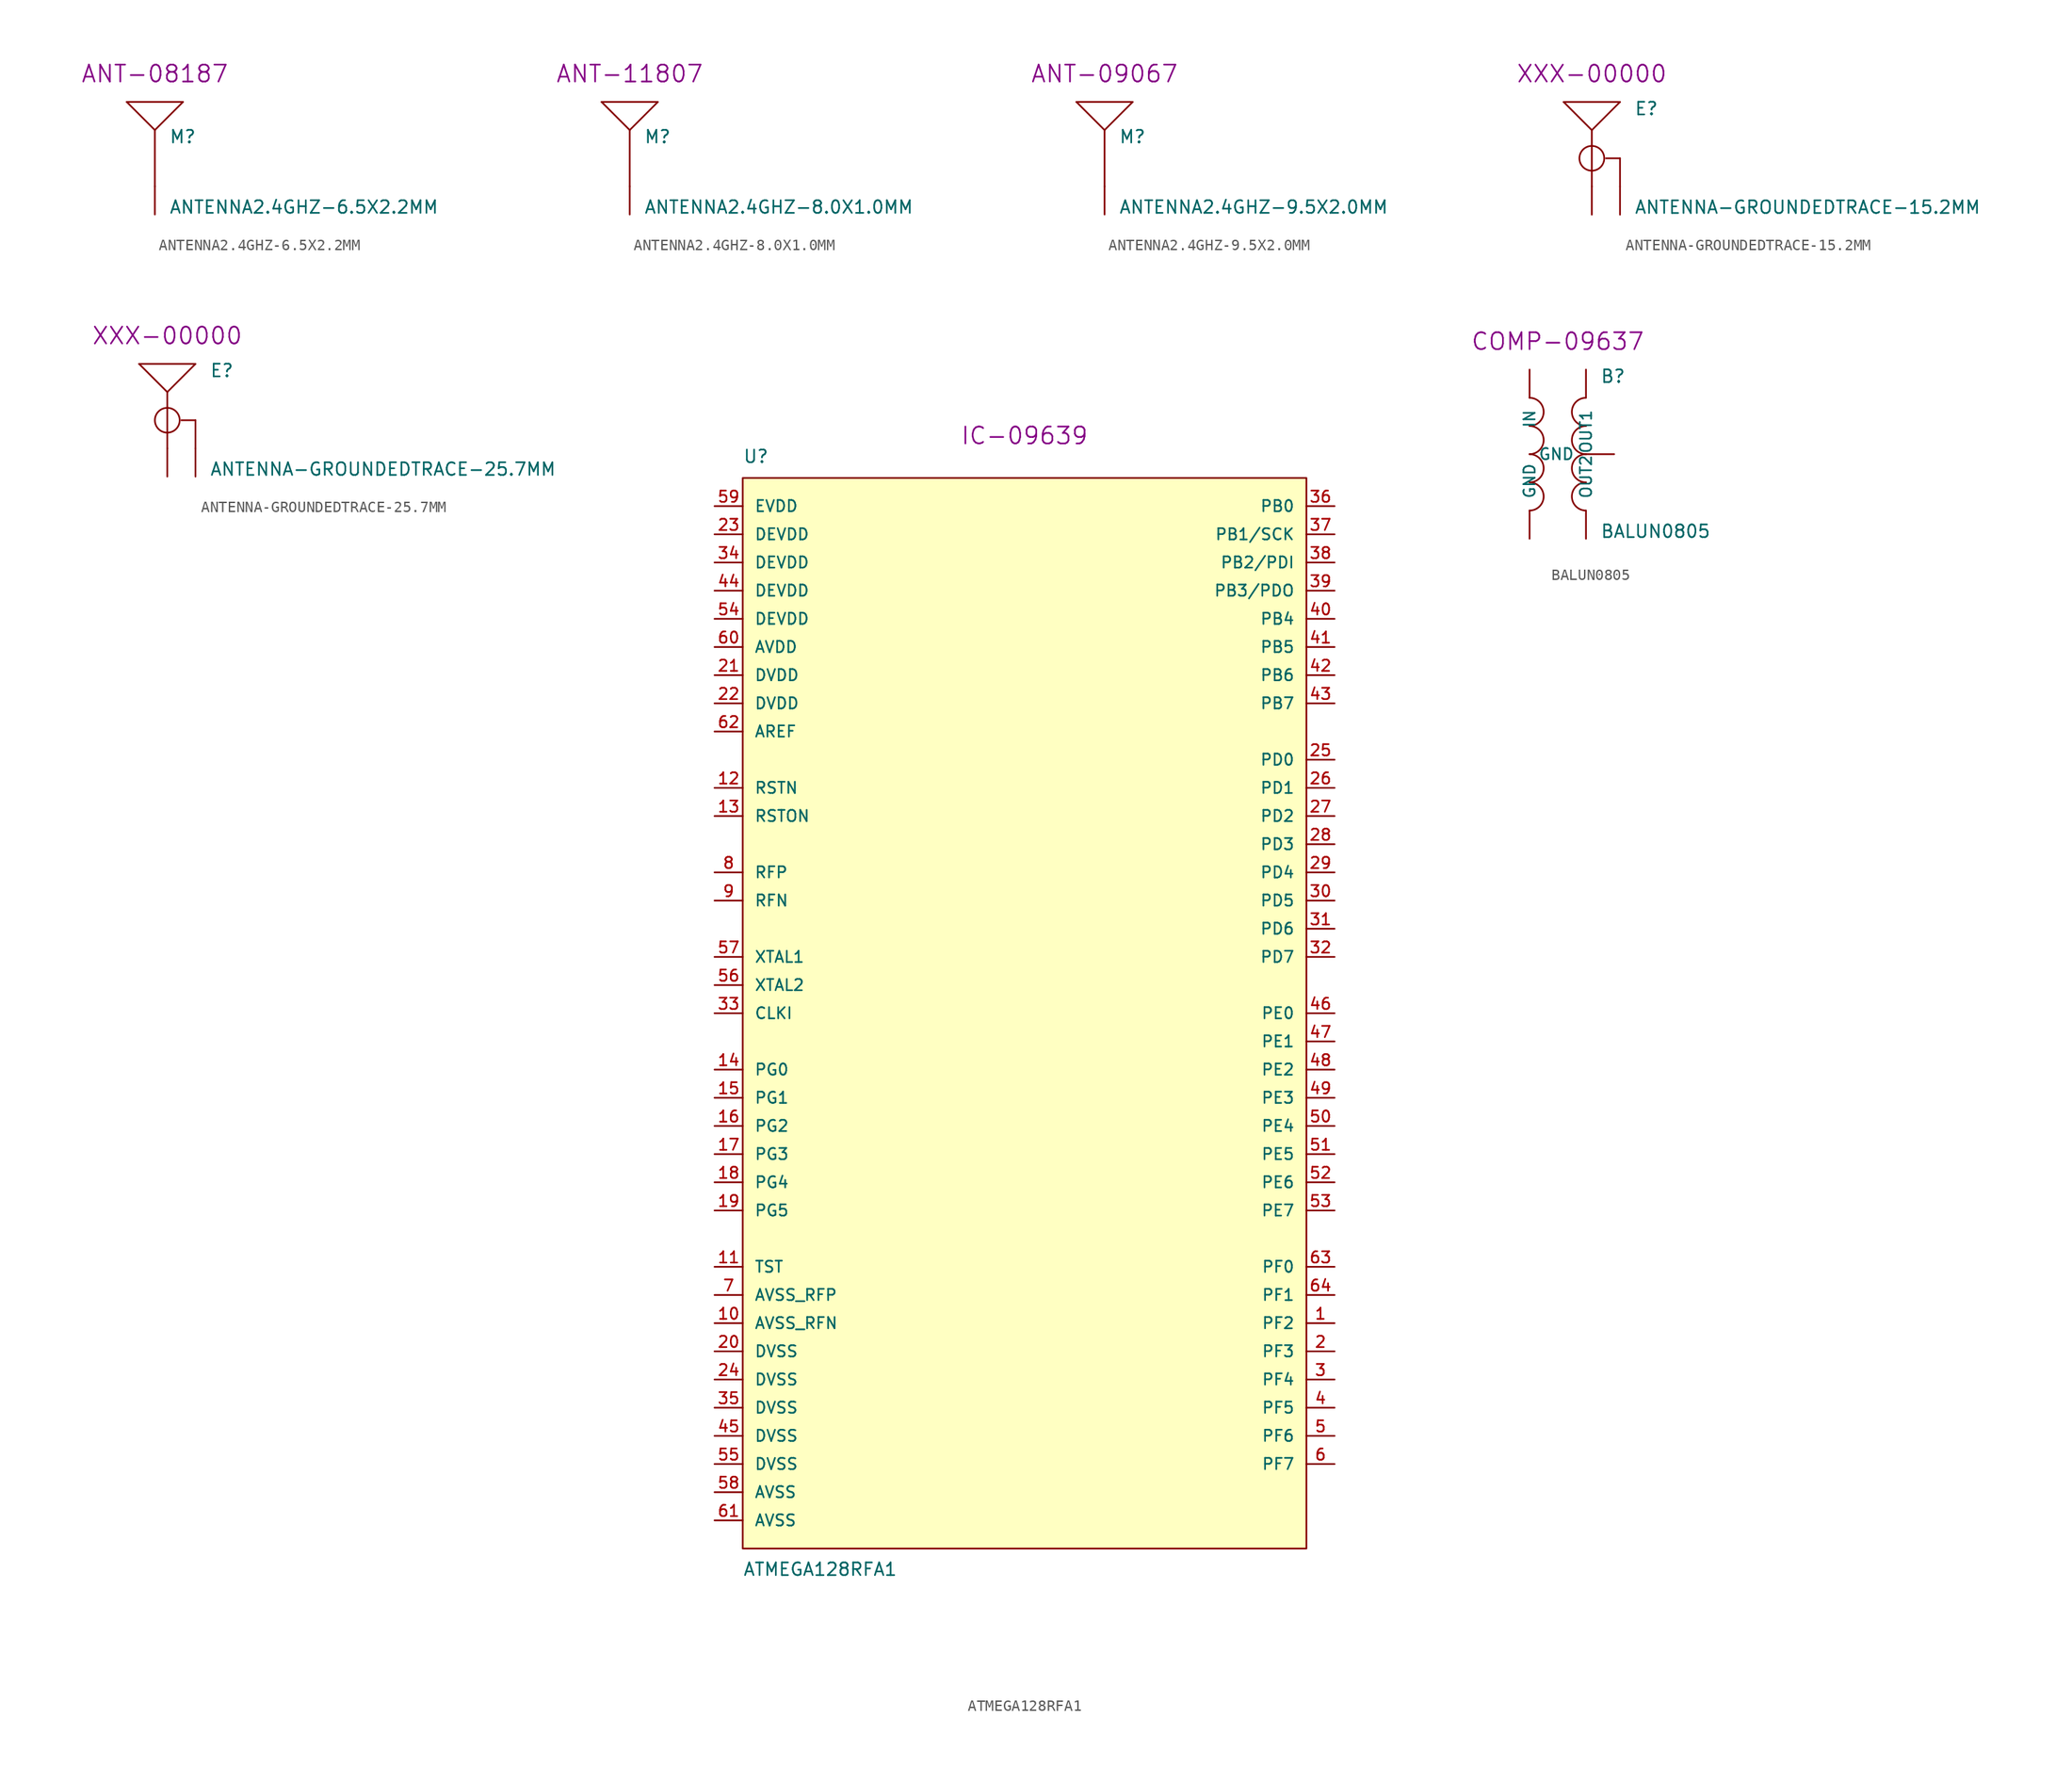
<source format=kicad_sym>
(kicad_symbol_lib
  (version 20201005)
  (generator kicad_symbol_editor)
  (symbol "ANTENNA2.4GHZ-6.5X2.2MM"
    (pin_numbers hide)
    (pin_names
      (offset 1.016) hide)
    (property "Reference" "M"
      (at 1.27 1.27 0)
      (effects (font (size 1.143 1.143)) (justify left bottom)))
    (property "Value" "ANTENNA2.4GHZ-6.5X2.2MM"
      (at 1.27 -5.08 0)
      (effects (font (size 1.143 1.143)) (justify left bottom)))
    (property "Field4" "ANT-08187"
      (at 0 7.62 0)
      (effects (font (size 1.524 1.524))))
    (property "ki_locked" ""
      (at 0 0 0)
      (effects (font (size 1.27 1.27))))
    (symbol "ANTENNA2.4GHZ-6.5X2.2MM_1_0"
      (polyline (pts (xy -2.54 5.08) (xy 2.54 5.08)) (stroke (width 0)) (fill (type none)))
      (polyline (pts (xy 0 2.54) (xy -2.54 5.08)) (stroke (width 0)) (fill (type none)))
      (polyline (pts (xy 0 2.54) (xy 0 -2.54)) (stroke (width 0)) (fill (type none)))
      (polyline (pts (xy 0 2.54) (xy 2.54 5.08)) (stroke (width 0)) (fill (type none))))
    (symbol "ANTENNA2.4GHZ-6.5X2.2MM_1_1"
      (pin bidirectional line (at 0 -5.08 90) (length 2.54) (name "SIGNAL" (effects (font (size 1.016 1.016)))) (number "FEED" (effects (font (size 1.016 1.016)))))))
  (symbol "ANTENNA2.4GHZ-8.0X1.0MM"
    (pin_numbers hide)
    (pin_names
      (offset 1.016) hide)
    (property "Reference" "M"
      (at 1.27 1.27 0)
      (effects (font (size 1.143 1.143)) (justify left bottom)))
    (property "Value" "ANTENNA2.4GHZ-8.0X1.0MM"
      (at 1.27 -5.08 0)
      (effects (font (size 1.143 1.143)) (justify left bottom)))
    (property "Field4" "ANT-11807"
      (at 0 7.62 0)
      (effects (font (size 1.524 1.524))))
    (property "ki_locked" ""
      (at 0 0 0)
      (effects (font (size 1.27 1.27))))
    (symbol "ANTENNA2.4GHZ-8.0X1.0MM_1_0"
      (polyline (pts (xy -2.54 5.08) (xy 2.54 5.08)) (stroke (width 0)) (fill (type none)))
      (polyline (pts (xy 0 2.54) (xy -2.54 5.08)) (stroke (width 0)) (fill (type none)))
      (polyline (pts (xy 0 2.54) (xy 0 -2.54)) (stroke (width 0)) (fill (type none)))
      (polyline (pts (xy 0 2.54) (xy 2.54 5.08)) (stroke (width 0)) (fill (type none))))
    (symbol "ANTENNA2.4GHZ-8.0X1.0MM_1_1"
      (pin bidirectional line (at 0 -5.08 90) (length 2.54) (name "SIGNAL" (effects (font (size 1.016 1.016)))) (number "FEED" (effects (font (size 1.016 1.016)))))))
  (symbol "ANTENNA2.4GHZ-9.5X2.0MM"
    (pin_numbers hide)
    (pin_names
      (offset 1.016) hide)
    (property "Reference" "M"
      (at 1.27 1.27 0)
      (effects (font (size 1.143 1.143)) (justify left bottom)))
    (property "Value" "ANTENNA2.4GHZ-9.5X2.0MM"
      (at 1.27 -5.08 0)
      (effects (font (size 1.143 1.143)) (justify left bottom)))
    (property "Field4" "ANT-09067"
      (at 0 7.62 0)
      (effects (font (size 1.524 1.524))))
    (property "ki_locked" ""
      (at 0 0 0)
      (effects (font (size 1.27 1.27))))
    (symbol "ANTENNA2.4GHZ-9.5X2.0MM_1_0"
      (polyline (pts (xy -2.54 5.08) (xy 2.54 5.08)) (stroke (width 0)) (fill (type none)))
      (polyline (pts (xy 0 2.54) (xy -2.54 5.08)) (stroke (width 0)) (fill (type none)))
      (polyline (pts (xy 0 2.54) (xy 0 -2.54)) (stroke (width 0)) (fill (type none)))
      (polyline (pts (xy 0 2.54) (xy 2.54 5.08)) (stroke (width 0)) (fill (type none))))
    (symbol "ANTENNA2.4GHZ-9.5X2.0MM_1_1"
      (pin bidirectional line (at 0 -5.08 90) (length 2.54) (name "SIGNAL" (effects (font (size 1.016 1.016)))) (number "FEED" (effects (font (size 1.016 1.016)))))))
  (symbol "ANTENNA-GROUNDEDTRACE-15.2MM"
    (pin_numbers hide)
    (pin_names
      (offset 1.016) hide)
    (property "Reference" "E"
      (at 3.81 -1.27 0)
      (effects (font (size 1.143 1.143)) (justify left bottom)))
    (property "Value" "ANTENNA-GROUNDEDTRACE-15.2MM"
      (at 3.81 -10.16 0)
      (effects (font (size 1.143 1.143)) (justify left bottom)))
    (property "Field4" "XXX-00000"
      (at 0 2.54 0)
      (effects (font (size 1.524 1.524))))
    (property "ki_locked" ""
      (at 0 0 0)
      (effects (font (size 1.27 1.27))))
    (symbol "ANTENNA-GROUNDEDTRACE-15.2MM_1_0"
      (polyline (pts (xy -2.54 0) (xy 2.54 0)) (stroke (width 0)) (fill (type none)))
      (polyline (pts (xy 0 -2.54) (xy -2.54 0)) (stroke (width 0)) (fill (type none)))
      (polyline (pts (xy 0 -2.54) (xy 0 -7.62)) (stroke (width 0)) (fill (type none)))
      (polyline (pts (xy 0 -2.54) (xy 2.54 0)) (stroke (width 0)) (fill (type none)))
      (polyline (pts (xy 1.27 -5.08) (xy 2.54 -5.08)) (stroke (width 0)) (fill (type none)))
      (polyline (pts (xy 2.54 -5.08) (xy 2.54 -7.62)) (stroke (width 0)) (fill (type none))))
    (symbol "ANTENNA-GROUNDEDTRACE-15.2MM_1_1"
      (circle (center 0 -5.08) (radius 1.118) (stroke (width 0)) (fill (type none)))
      (pin bidirectional line (at 2.54 -10.16 90) (length 2.54) (name "GND" (effects (font (size 1.016 1.016)))) (number "GND" (effects (font (size 1.016 1.016)))))
      (pin bidirectional line (at 0 -10.16 90) (length 2.54) (name "SIGNAL" (effects (font (size 1.016 1.016)))) (number "ANT" (effects (font (size 1.016 1.016)))))))
  (symbol "ANTENNA-GROUNDEDTRACE-25.7MM"
    (pin_numbers hide)
    (pin_names
      (offset 1.016) hide)
    (property "Reference" "E"
      (at 3.81 -1.27 0)
      (effects (font (size 1.143 1.143)) (justify left bottom)))
    (property "Value" "ANTENNA-GROUNDEDTRACE-25.7MM"
      (at 3.81 -10.16 0)
      (effects (font (size 1.143 1.143)) (justify left bottom)))
    (property "Field4" "XXX-00000"
      (at 0 2.54 0)
      (effects (font (size 1.524 1.524))))
    (property "ki_locked" ""
      (at 0 0 0)
      (effects (font (size 1.27 1.27))))
    (symbol "ANTENNA-GROUNDEDTRACE-25.7MM_1_0"
      (polyline (pts (xy -2.54 0) (xy 2.54 0)) (stroke (width 0)) (fill (type none)))
      (polyline (pts (xy 0 -2.54) (xy -2.54 0)) (stroke (width 0)) (fill (type none)))
      (polyline (pts (xy 0 -2.54) (xy 0 -7.62)) (stroke (width 0)) (fill (type none)))
      (polyline (pts (xy 0 -2.54) (xy 2.54 0)) (stroke (width 0)) (fill (type none)))
      (polyline (pts (xy 1.27 -5.08) (xy 2.54 -5.08)) (stroke (width 0)) (fill (type none)))
      (polyline (pts (xy 2.54 -5.08) (xy 2.54 -7.62)) (stroke (width 0)) (fill (type none))))
    (symbol "ANTENNA-GROUNDEDTRACE-25.7MM_1_1"
      (circle (center 0 -5.08) (radius 1.118) (stroke (width 0)) (fill (type none)))
      (pin bidirectional line (at 2.54 -10.16 90) (length 2.54) (name "GND" (effects (font (size 1.016 1.016)))) (number "GND" (effects (font (size 1.016 1.016)))))
      (pin bidirectional line (at 0 -10.16 90) (length 2.54) (name "SIGNAL" (effects (font (size 1.016 1.016)))) (number "ANT" (effects (font (size 1.016 1.016)))))
      (pin bidirectional line (at 2.54 -10.16 90) (length 2.54) hide (name "GND" (effects (font (size 1.016 1.016)))) (number "GND2" (effects (font (size 1.016 1.016)))))))
  (symbol "ATMEGA128RFA1"
    (pin_names
      (offset 1.016))
    (property "Reference" "U"
      (at -25.4 44.45 0)
      (effects (font (size 1.143 1.143)) (justify left bottom)))
    (property "Value" "ATMEGA128RFA1"
      (at -25.4 -55.88 0)
      (effects (font (size 1.143 1.143)) (justify left bottom)))
    (property "Field4" "IC-09639"
      (at 0 46.99 0)
      (effects (font (size 1.524 1.524))))
    (property "ki_locked" ""
      (at 0 0 0)
      (effects (font (size 1.27 1.27))))
    (symbol "ATMEGA128RFA1_1_1"
      (polyline (pts (xy -25.4 -53.34) (xy -25.4 43.18) (xy 25.4 43.18) (xy 25.4 -53.34) (xy -25.4 -53.34)) (stroke (width 0)) (fill (type background)))
      (pin bidirectional line (at 27.94 -33.02 180) (length 2.54) (name "PF2" (effects (font (size 1.016 1.016)))) (number "1" (effects (font (size 1.016 1.016)))))
      (pin bidirectional line (at 27.94 -35.56 180) (length 2.54) (name "PF3" (effects (font (size 1.016 1.016)))) (number "2" (effects (font (size 1.016 1.016)))))
      (pin bidirectional line (at 27.94 -38.1 180) (length 2.54) (name "PF4" (effects (font (size 1.016 1.016)))) (number "3" (effects (font (size 1.016 1.016)))))
      (pin bidirectional line (at 27.94 -40.64 180) (length 2.54) (name "PF5" (effects (font (size 1.016 1.016)))) (number "4" (effects (font (size 1.016 1.016)))))
      (pin bidirectional line (at 27.94 -43.18 180) (length 2.54) (name "PF6" (effects (font (size 1.016 1.016)))) (number "5" (effects (font (size 1.016 1.016)))))
      (pin bidirectional line (at 27.94 -45.72 180) (length 2.54) (name "PF7" (effects (font (size 1.016 1.016)))) (number "6" (effects (font (size 1.016 1.016)))))
      (pin bidirectional line (at -27.94 -30.48 0) (length 2.54) (name "AVSS_RFP" (effects (font (size 1.016 1.016)))) (number "7" (effects (font (size 1.016 1.016)))))
      (pin bidirectional line (at -27.94 7.62 0) (length 2.54) (name "RFP" (effects (font (size 1.016 1.016)))) (number "8" (effects (font (size 1.016 1.016)))))
      (pin bidirectional line (at -27.94 5.08 0) (length 2.54) (name "RFN" (effects (font (size 1.016 1.016)))) (number "9" (effects (font (size 1.016 1.016)))))
      (pin bidirectional line (at -27.94 -33.02 0) (length 2.54) (name "AVSS_RFN" (effects (font (size 1.016 1.016)))) (number "10" (effects (font (size 1.016 1.016)))))
      (pin bidirectional line (at -27.94 -35.56 0) (length 2.54) (name "DVSS" (effects (font (size 1.016 1.016)))) (number "20" (effects (font (size 1.016 1.016)))))
      (pin bidirectional line (at 27.94 5.08 180) (length 2.54) (name "PD5" (effects (font (size 1.016 1.016)))) (number "30" (effects (font (size 1.016 1.016)))))
      (pin bidirectional line (at 27.94 30.48 180) (length 2.54) (name "PB4" (effects (font (size 1.016 1.016)))) (number "40" (effects (font (size 1.016 1.016)))))
      (pin bidirectional line (at 27.94 -15.24 180) (length 2.54) (name "PE4" (effects (font (size 1.016 1.016)))) (number "50" (effects (font (size 1.016 1.016)))))
      (pin bidirectional line (at -27.94 27.94 0) (length 2.54) (name "AVDD" (effects (font (size 1.016 1.016)))) (number "60" (effects (font (size 1.016 1.016)))))
      (pin bidirectional line (at -27.94 -27.94 0) (length 2.54) (name "TST" (effects (font (size 1.016 1.016)))) (number "11" (effects (font (size 1.016 1.016)))))
      (pin bidirectional line (at -27.94 25.4 0) (length 2.54) (name "DVDD" (effects (font (size 1.016 1.016)))) (number "21" (effects (font (size 1.016 1.016)))))
      (pin bidirectional line (at 27.94 2.54 180) (length 2.54) (name "PD6" (effects (font (size 1.016 1.016)))) (number "31" (effects (font (size 1.016 1.016)))))
      (pin bidirectional line (at 27.94 27.94 180) (length 2.54) (name "PB5" (effects (font (size 1.016 1.016)))) (number "41" (effects (font (size 1.016 1.016)))))
      (pin bidirectional line (at 27.94 -17.78 180) (length 2.54) (name "PE5" (effects (font (size 1.016 1.016)))) (number "51" (effects (font (size 1.016 1.016)))))
      (pin bidirectional line (at -27.94 -50.8 0) (length 2.54) (name "AVSS" (effects (font (size 1.016 1.016)))) (number "61" (effects (font (size 1.016 1.016)))))
      (pin bidirectional line (at -27.94 15.24 0) (length 2.54) (name "RSTN" (effects (font (size 1.016 1.016)))) (number "12" (effects (font (size 1.016 1.016)))))
      (pin bidirectional line (at -27.94 22.86 0) (length 2.54) (name "DVDD" (effects (font (size 1.016 1.016)))) (number "22" (effects (font (size 1.016 1.016)))))
      (pin bidirectional line (at 27.94 0 180) (length 2.54) (name "PD7" (effects (font (size 1.016 1.016)))) (number "32" (effects (font (size 1.016 1.016)))))
      (pin bidirectional line (at 27.94 25.4 180) (length 2.54) (name "PB6" (effects (font (size 1.016 1.016)))) (number "42" (effects (font (size 1.016 1.016)))))
      (pin bidirectional line (at 27.94 -20.32 180) (length 2.54) (name "PE6" (effects (font (size 1.016 1.016)))) (number "52" (effects (font (size 1.016 1.016)))))
      (pin bidirectional line (at -27.94 20.32 0) (length 2.54) (name "AREF" (effects (font (size 1.016 1.016)))) (number "62" (effects (font (size 1.016 1.016)))))
      (pin bidirectional line (at -27.94 12.7 0) (length 2.54) (name "RSTON" (effects (font (size 1.016 1.016)))) (number "13" (effects (font (size 1.016 1.016)))))
      (pin bidirectional line (at -27.94 38.1 0) (length 2.54) (name "DEVDD" (effects (font (size 1.016 1.016)))) (number "23" (effects (font (size 1.016 1.016)))))
      (pin bidirectional line (at -27.94 -5.08 0) (length 2.54) (name "CLKI" (effects (font (size 1.016 1.016)))) (number "33" (effects (font (size 1.016 1.016)))))
      (pin bidirectional line (at 27.94 22.86 180) (length 2.54) (name "PB7" (effects (font (size 1.016 1.016)))) (number "43" (effects (font (size 1.016 1.016)))))
      (pin bidirectional line (at 27.94 -22.86 180) (length 2.54) (name "PE7" (effects (font (size 1.016 1.016)))) (number "53" (effects (font (size 1.016 1.016)))))
      (pin bidirectional line (at 27.94 -27.94 180) (length 2.54) (name "PF0" (effects (font (size 1.016 1.016)))) (number "63" (effects (font (size 1.016 1.016)))))
      (pin bidirectional line (at -27.94 -10.16 0) (length 2.54) (name "PG0" (effects (font (size 1.016 1.016)))) (number "14" (effects (font (size 1.016 1.016)))))
      (pin bidirectional line (at -27.94 -38.1 0) (length 2.54) (name "DVSS" (effects (font (size 1.016 1.016)))) (number "24" (effects (font (size 1.016 1.016)))))
      (pin bidirectional line (at -27.94 35.56 0) (length 2.54) (name "DEVDD" (effects (font (size 1.016 1.016)))) (number "34" (effects (font (size 1.016 1.016)))))
      (pin bidirectional line (at -27.94 33.02 0) (length 2.54) (name "DEVDD" (effects (font (size 1.016 1.016)))) (number "44" (effects (font (size 1.016 1.016)))))
      (pin bidirectional line (at -27.94 30.48 0) (length 2.54) (name "DEVDD" (effects (font (size 1.016 1.016)))) (number "54" (effects (font (size 1.016 1.016)))))
      (pin bidirectional line (at 27.94 -30.48 180) (length 2.54) (name "PF1" (effects (font (size 1.016 1.016)))) (number "64" (effects (font (size 1.016 1.016)))))
      (pin bidirectional line (at -27.94 -12.7 0) (length 2.54) (name "PG1" (effects (font (size 1.016 1.016)))) (number "15" (effects (font (size 1.016 1.016)))))
      (pin bidirectional line (at 27.94 17.78 180) (length 2.54) (name "PD0" (effects (font (size 1.016 1.016)))) (number "25" (effects (font (size 1.016 1.016)))))
      (pin bidirectional line (at -27.94 -40.64 0) (length 2.54) (name "DVSS" (effects (font (size 1.016 1.016)))) (number "35" (effects (font (size 1.016 1.016)))))
      (pin bidirectional line (at -27.94 -43.18 0) (length 2.54) (name "DVSS" (effects (font (size 1.016 1.016)))) (number "45" (effects (font (size 1.016 1.016)))))
      (pin bidirectional line (at -27.94 -45.72 0) (length 2.54) (name "DVSS" (effects (font (size 1.016 1.016)))) (number "55" (effects (font (size 1.016 1.016)))))
      (pin bidirectional line (at -27.94 -15.24 0) (length 2.54) (name "PG2" (effects (font (size 1.016 1.016)))) (number "16" (effects (font (size 1.016 1.016)))))
      (pin bidirectional line (at 27.94 15.24 180) (length 2.54) (name "PD1" (effects (font (size 1.016 1.016)))) (number "26" (effects (font (size 1.016 1.016)))))
      (pin bidirectional line (at 27.94 40.64 180) (length 2.54) (name "PB0" (effects (font (size 1.016 1.016)))) (number "36" (effects (font (size 1.016 1.016)))))
      (pin bidirectional line (at 27.94 -5.08 180) (length 2.54) (name "PE0" (effects (font (size 1.016 1.016)))) (number "46" (effects (font (size 1.016 1.016)))))
      (pin bidirectional line (at -27.94 -2.54 0) (length 2.54) (name "XTAL2" (effects (font (size 1.016 1.016)))) (number "56" (effects (font (size 1.016 1.016)))))
      (pin bidirectional line (at -27.94 -17.78 0) (length 2.54) (name "PG3" (effects (font (size 1.016 1.016)))) (number "17" (effects (font (size 1.016 1.016)))))
      (pin bidirectional line (at 27.94 12.7 180) (length 2.54) (name "PD2" (effects (font (size 1.016 1.016)))) (number "27" (effects (font (size 1.016 1.016)))))
      (pin bidirectional line (at 27.94 38.1 180) (length 2.54) (name "PB1/SCK" (effects (font (size 1.016 1.016)))) (number "37" (effects (font (size 1.016 1.016)))))
      (pin bidirectional line (at 27.94 -7.62 180) (length 2.54) (name "PE1" (effects (font (size 1.016 1.016)))) (number "47" (effects (font (size 1.016 1.016)))))
      (pin bidirectional line (at -27.94 0 0) (length 2.54) (name "XTAL1" (effects (font (size 1.016 1.016)))) (number "57" (effects (font (size 1.016 1.016)))))
      (pin bidirectional line (at -27.94 -20.32 0) (length 2.54) (name "PG4" (effects (font (size 1.016 1.016)))) (number "18" (effects (font (size 1.016 1.016)))))
      (pin bidirectional line (at 27.94 10.16 180) (length 2.54) (name "PD3" (effects (font (size 1.016 1.016)))) (number "28" (effects (font (size 1.016 1.016)))))
      (pin bidirectional line (at 27.94 35.56 180) (length 2.54) (name "PB2/PDI" (effects (font (size 1.016 1.016)))) (number "38" (effects (font (size 1.016 1.016)))))
      (pin bidirectional line (at 27.94 -10.16 180) (length 2.54) (name "PE2" (effects (font (size 1.016 1.016)))) (number "48" (effects (font (size 1.016 1.016)))))
      (pin bidirectional line (at -27.94 -48.26 0) (length 2.54) (name "AVSS" (effects (font (size 1.016 1.016)))) (number "58" (effects (font (size 1.016 1.016)))))
      (pin bidirectional line (at -27.94 -22.86 0) (length 2.54) (name "PG5" (effects (font (size 1.016 1.016)))) (number "19" (effects (font (size 1.016 1.016)))))
      (pin bidirectional line (at 27.94 7.62 180) (length 2.54) (name "PD4" (effects (font (size 1.016 1.016)))) (number "29" (effects (font (size 1.016 1.016)))))
      (pin bidirectional line (at 27.94 33.02 180) (length 2.54) (name "PB3/PDO" (effects (font (size 1.016 1.016)))) (number "39" (effects (font (size 1.016 1.016)))))
      (pin bidirectional line (at 27.94 -12.7 180) (length 2.54) (name "PE3" (effects (font (size 1.016 1.016)))) (number "49" (effects (font (size 1.016 1.016)))))
      (pin bidirectional line (at -27.94 40.64 0) (length 2.54) (name "EVDD" (effects (font (size 1.016 1.016)))) (number "59" (effects (font (size 1.016 1.016)))))))
  (symbol "BALUN0805"
    (pin_numbers hide)
    (pin_names
      (offset 1.016))
    (property "Reference" "B"
      (at 3.81 3.81 0)
      (effects (font (size 1.143 1.143)) (justify left bottom)))
    (property "Value" "BALUN0805"
      (at 3.81 -10.16 0)
      (effects (font (size 1.143 1.143)) (justify left bottom)))
    (property "Field4" "COMP-09637"
      (at 0 7.62 0)
      (effects (font (size 1.524 1.524))))
    (property "ki_locked" ""
      (at 0 0 0)
      (effects (font (size 1.27 1.27))))
    (symbol "BALUN0805_1_1"
      (arc (start -2.54 -7.62) (end -2.54 -5.08) (radius (at -2.54 -6.35) (length 1.27) (angles -89.9 89.9)) (stroke (width 0)) (fill (type none)))
      (arc (start -2.54 -5.08) (end -2.54 -2.54) (radius (at -2.54 -3.81) (length 1.27) (angles -89.9 89.9)) (stroke (width 0)) (fill (type none)))
      (arc (start -2.54 -2.54) (end -2.54 0) (radius (at -2.54 -1.27) (length 1.27) (angles -89.9 89.9)) (stroke (width 0)) (fill (type none)))
      (arc (start -2.54 0) (end -2.54 2.54) (radius (at -2.54 1.27) (length 1.27) (angles -89.9 89.9)) (stroke (width 0)) (fill (type none)))
      (arc (start 2.54 -5.08) (end 2.54 -7.62) (radius (at 2.54 -6.35) (length 1.27) (angles 90.1 -90.1)) (stroke (width 0)) (fill (type none)))
      (arc (start 2.54 -2.54) (end 2.54 -5.08) (radius (at 2.54 -3.81) (length 1.27) (angles 90.1 -90.1)) (stroke (width 0)) (fill (type none)))
      (arc (start 2.54 0) (end 2.54 -2.54) (radius (at 2.54 -1.27) (length 1.27) (angles 90.1 -90.1)) (stroke (width 0)) (fill (type none)))
      (arc (start 2.54 2.54) (end 2.54 0) (radius (at 2.54 1.27) (length 1.27) (angles 90.1 -90.1)) (stroke (width 0)) (fill (type none)))
      (pin bidirectional line (at -2.54 5.08 270) (length 2.54) (name "IN" (effects (font (size 1.016 1.016)))) (number "1" (effects (font (size 1.016 1.016)))))
      (pin bidirectional line (at 5.08 -2.54 180) (length 2.54) (name "GND" (effects (font (size 1.016 1.016)))) (number "2" (effects (font (size 1.016 1.016)))))
      (pin bidirectional line (at 2.54 5.08 270) (length 2.54) (name "OUT1" (effects (font (size 1.016 1.016)))) (number "3" (effects (font (size 1.016 1.016)))))
      (pin bidirectional line (at 2.54 -10.16 90) (length 2.54) (name "OUT2" (effects (font (size 1.016 1.016)))) (number "4" (effects (font (size 1.016 1.016)))))
      (pin bidirectional line (at -2.54 -10.16 90) (length 2.54) (name "GND" (effects (font (size 1.016 1.016)))) (number "5" (effects (font (size 1.016 1.016))))))))
</source>
